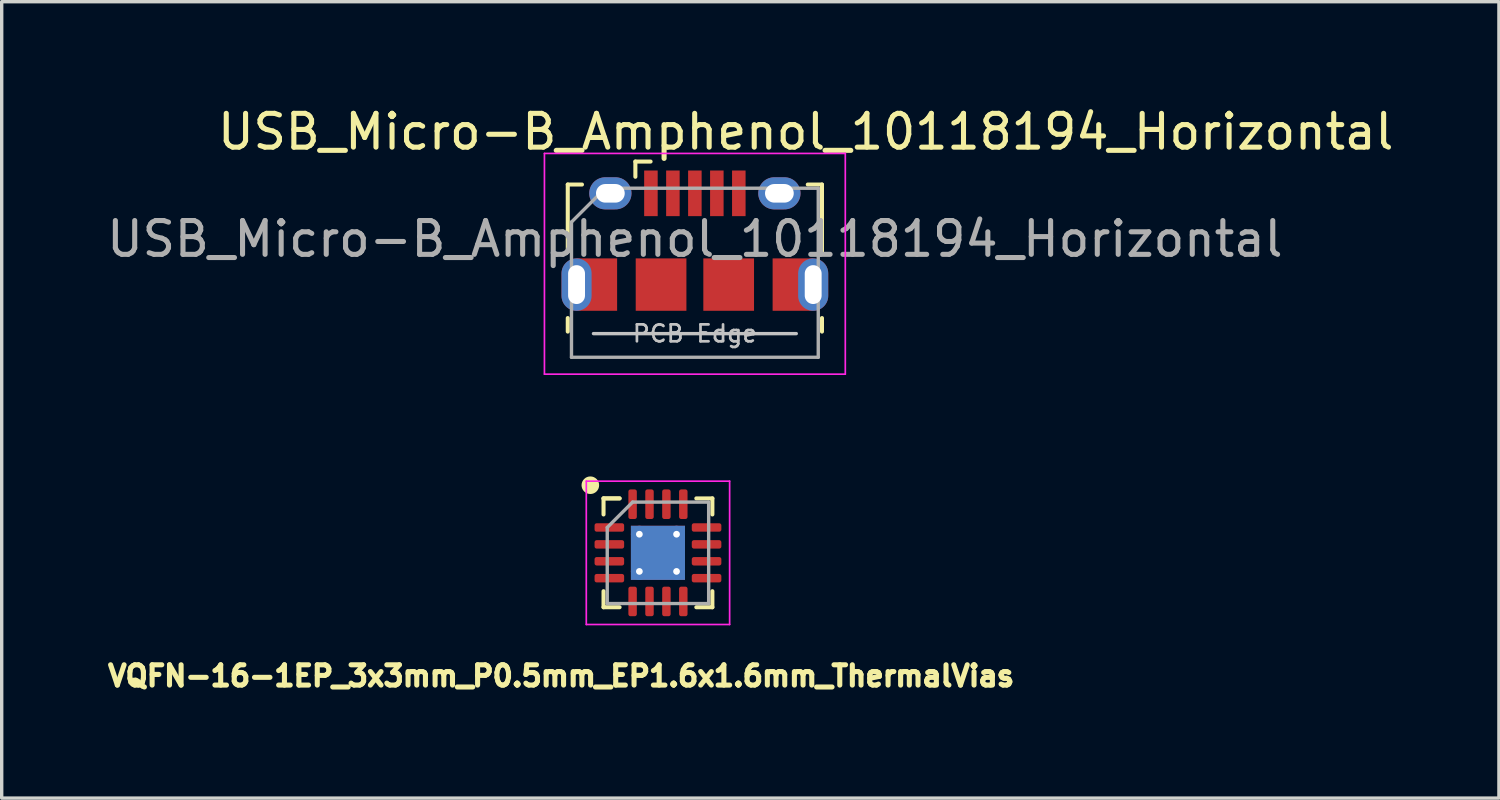
<source format=kicad_pcb>
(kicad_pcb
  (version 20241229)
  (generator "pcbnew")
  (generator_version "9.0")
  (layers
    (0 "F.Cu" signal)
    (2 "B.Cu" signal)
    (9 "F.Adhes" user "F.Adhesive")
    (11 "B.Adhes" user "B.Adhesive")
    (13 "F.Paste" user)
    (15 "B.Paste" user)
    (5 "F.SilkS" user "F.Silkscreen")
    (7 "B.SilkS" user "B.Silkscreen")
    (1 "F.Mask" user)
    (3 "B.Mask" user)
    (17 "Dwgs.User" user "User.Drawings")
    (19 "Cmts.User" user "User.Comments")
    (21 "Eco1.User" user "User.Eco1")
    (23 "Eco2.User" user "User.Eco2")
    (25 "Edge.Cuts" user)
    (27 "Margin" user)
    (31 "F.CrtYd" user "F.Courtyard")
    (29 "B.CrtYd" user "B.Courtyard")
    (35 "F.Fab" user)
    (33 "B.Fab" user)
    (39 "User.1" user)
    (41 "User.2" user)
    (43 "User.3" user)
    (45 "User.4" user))
  (footprint "VQFN-16-1EP_3x3mm_P0.5mm_EP1.6x1.6mm_ThermalVias"
    (layer "F.Cu")
    (at 16.414 13.304)
    (property "Reference" "VQFN-16-1EP_3x3mm_P0.5mm_EP1.6x1.6mm_ThermalVias" (at -2.864 3.642 180) (layer "F.SilkS") (effects (font (size 0.6 0.6) (thickness 0.15))))
    (attr smd)
    (fp_line (start -1.61 -1.61) (end -1.135 -1.61) (stroke (width 0.12) (type solid)) (layer "F.SilkS"))
    (fp_line (start -1.61 -1.135) (end -1.61 -1.61) (stroke (width 0.12) (type solid)) (layer "F.SilkS"))
    (fp_line (start -1.61 1.61) (end -1.61 1.135) (stroke (width 0.12) (type solid)) (layer "F.SilkS"))
    (fp_line (start -1.135 -1.61) (end -1.61 -1.61) (stroke (width 0.12) (type solid)) (layer "F.SilkS"))
    (fp_line (start -1.135 1.61) (end -1.61 1.61) (stroke (width 0.12) (type solid)) (layer "F.SilkS"))
    (fp_line (start 1.135 -1.61) (end 1.61 -1.61) (stroke (width 0.12) (type solid)) (layer "F.SilkS"))
    (fp_line (start 1.135 1.61) (end 1.61 1.61) (stroke (width 0.12) (type solid)) (layer "F.SilkS"))
    (fp_line (start 1.61 -1.61) (end 1.61 -1.135) (stroke (width 0.12) (type solid)) (layer "F.SilkS"))
    (fp_line (start 1.61 1.61) (end 1.61 1.135) (stroke (width 0.12) (type solid)) (layer "F.SilkS"))
    (fp_circle (center -2 -2) (end -1.8 -2) (stroke (width 0.12) (type solid)) (fill yes) (layer "F.SilkS"))
    (fp_line (start -2.12 -2.12) (end -2.12 2.12) (stroke (width 0.05) (type solid)) (layer "F.CrtYd"))
    (fp_line (start -2.12 2.12) (end 2.12 2.12) (stroke (width 0.05) (type solid)) (layer "F.CrtYd"))
    (fp_line (start 2.12 -2.12) (end -2.12 -2.12) (stroke (width 0.05) (type solid)) (layer "F.CrtYd"))
    (fp_line (start 2.12 2.12) (end 2.12 -2.12) (stroke (width 0.05) (type solid)) (layer "F.CrtYd"))
    (fp_line (start -1.5 -0.75) (end -0.75 -1.5) (stroke (width 0.1) (type solid)) (layer "F.Fab"))
    (fp_line (start -1.5 1.5) (end -1.5 -0.75) (stroke (width 0.1) (type solid)) (layer "F.Fab"))
    (fp_line (start -0.75 -1.5) (end 1.5 -1.5) (stroke (width 0.1) (type solid)) (layer "F.Fab"))
    (fp_line (start 1.5 -1.5) (end 1.5 1.5) (stroke (width 0.1) (type solid)) (layer "F.Fab"))
    (fp_line (start 1.5 1.5) (end -1.5 1.5) (stroke (width 0.1) (type solid)) (layer "F.Fab"))
    (pad "" smd roundrect (at -0.4 -0.4) (size 0.69 0.69) (layers "F.Paste") (roundrect_rratio 0.25))
    (pad "" smd roundrect (at -0.4 0.4) (size 0.69 0.69) (layers "F.Paste") (roundrect_rratio 0.25))
    (pad "" smd roundrect (at 0.4 -0.4) (size 0.69 0.69) (layers "F.Paste") (roundrect_rratio 0.25))
    (pad "" smd roundrect (at 0.4 0.4) (size 0.69 0.69) (layers "F.Paste") (roundrect_rratio 0.25))
    (pad "1" smd roundrect (at -1.438 -0.75) (size 0.875 0.25) (layers "F.Cu" "F.Mask" "F.Paste") (roundrect_rratio 0.25))
    (pad "2" smd roundrect (at -1.438 -0.25) (size 0.875 0.25) (layers "F.Cu" "F.Mask" "F.Paste") (roundrect_rratio 0.25))
    (pad "3" smd roundrect (at -1.438 0.25) (size 0.875 0.25) (layers "F.Cu" "F.Mask" "F.Paste") (roundrect_rratio 0.25))
    (pad "4" smd roundrect (at -1.438 0.75) (size 0.875 0.25) (layers "F.Cu" "F.Mask" "F.Paste") (roundrect_rratio 0.25))
    (pad "5" smd roundrect (at -0.75 1.438) (size 0.25 0.875) (layers "F.Cu" "F.Mask" "F.Paste") (roundrect_rratio 0.25))
    (pad "6" smd roundrect (at -0.25 1.438) (size 0.25 0.875) (layers "F.Cu" "F.Mask" "F.Paste") (roundrect_rratio 0.25))
    (pad "7" smd roundrect (at 0.25 1.438) (size 0.25 0.875) (layers "F.Cu" "F.Mask" "F.Paste") (roundrect_rratio 0.25))
    (pad "8" smd roundrect (at 0.75 1.438) (size 0.25 0.875) (layers "F.Cu" "F.Mask" "F.Paste") (roundrect_rratio 0.25))
    (pad "9" smd roundrect (at 1.438 0.75) (size 0.875 0.25) (layers "F.Cu" "F.Mask" "F.Paste") (roundrect_rratio 0.25))
    (pad "10" smd roundrect (at 1.438 0.25) (size 0.875 0.25) (layers "F.Cu" "F.Mask" "F.Paste") (roundrect_rratio 0.25))
    (pad "11" smd roundrect (at 1.438 -0.25) (size 0.875 0.25) (layers "F.Cu" "F.Mask" "F.Paste") (roundrect_rratio 0.25))
    (pad "12" smd roundrect (at 1.438 -0.75) (size 0.875 0.25) (layers "F.Cu" "F.Mask" "F.Paste") (roundrect_rratio 0.25))
    (pad "13" smd roundrect (at 0.75 -1.438) (size 0.25 0.875) (layers "F.Cu" "F.Mask" "F.Paste") (roundrect_rratio 0.25))
    (pad "14" smd roundrect (at 0.25 -1.438) (size 0.25 0.875) (layers "F.Cu" "F.Mask" "F.Paste") (roundrect_rratio 0.25))
    (pad "15" smd roundrect (at -0.25 -1.438) (size 0.25 0.875) (layers "F.Cu" "F.Mask" "F.Paste") (roundrect_rratio 0.25))
    (pad "16" smd roundrect (at -0.75 -1.438) (size 0.25 0.875) (layers "F.Cu" "F.Mask" "F.Paste") (roundrect_rratio 0.25))
    (pad "17" thru_hole circle (at -0.55 -0.55) (size 0.5 0.5) (drill 0.2) (layers "*.Cu"))
    (pad "17" thru_hole circle (at -0.55 0.55) (size 0.5 0.5) (drill 0.2) (layers "*.Cu"))
    (pad "17" smd rect (at 0 0) (size 1.6 1.6) (layers "F.Cu" "F.Mask"))
    (pad "17" smd rect (at 0 0) (size 1.6 1.6) (layers "B.Cu"))
    (pad "17" thru_hole circle (at 0.55 -0.55) (size 0.5 0.5) (drill 0.2) (layers "*.Cu"))
    (pad "17" thru_hole circle (at 0.55 0.55) (size 0.5 0.5) (drill 0.2) (layers "*.Cu")))
  (footprint "USB_Micro-B_Amphenol_10118194_Horizontal"
    (layer "F.Cu")
    (at 17.506 4.069)
    (property "Reference" "USB_Micro-B_Amphenol_10118194_Horizontal" (at 3.28 -3.221 180) (layer "F.SilkS") (effects (font (size 1 1) (thickness 0.15))))
    (attr smd)
    (fp_line (start -3.76 -1.66) (end -3.34 -1.66) (stroke (width 0.12) (type solid)) (layer "F.SilkS"))
    (fp_line (start -3.76 0.32) (end -3.76 -1.66) (stroke (width 0.12) (type solid)) (layer "F.SilkS"))
    (fp_line (start -3.76 2.69) (end -3.76 2.29) (stroke (width 0.12) (type solid)) (layer "F.SilkS"))
    (fp_line (start -1.76 -1.89) (end -1.76 -2.34) (stroke (width 0.12) (type solid)) (layer "F.SilkS"))
    (fp_line (start -1.31 -2.34) (end -1.76 -2.34) (stroke (width 0.12) (type solid)) (layer "F.SilkS"))
    (fp_line (start 3.76 -1.66) (end 3.34 -1.66) (stroke (width 0.12) (type solid)) (layer "F.SilkS"))
    (fp_line (start 3.76 0.32) (end 3.76 -1.66) (stroke (width 0.12) (type solid)) (layer "F.SilkS"))
    (fp_line (start 3.76 2.29) (end 3.76 2.69) (stroke (width 0.12) (type solid)) (layer "F.SilkS"))
    (fp_line (start 3 2.75) (end -3 2.75) (stroke (width 0.1) (type solid)) (layer "Dwgs.User"))
    (fp_line (start -4.45 -2.58) (end -4.45 3.95) (stroke (width 0.05) (type solid)) (layer "F.CrtYd"))
    (fp_line (start -4.45 -2.58) (end 4.45 -2.58) (stroke (width 0.05) (type solid)) (layer "F.CrtYd"))
    (fp_line (start -4.45 3.95) (end 4.45 3.95) (stroke (width 0.05) (type solid)) (layer "F.CrtYd"))
    (fp_line (start 4.45 -2.58) (end 4.45 3.95) (stroke (width 0.05) (type solid)) (layer "F.CrtYd"))
    (fp_line (start -3.65 -0.55) (end -2.65 -1.55) (stroke (width 0.1) (type solid)) (layer "F.Fab"))
    (fp_line (start -3.65 3.45) (end -3.65 -0.55) (stroke (width 0.1) (type solid)) (layer "F.Fab"))
    (fp_line (start -2.65 -1.55) (end 3.65 -1.55) (stroke (width 0.1) (type solid)) (layer "F.Fab"))
    (fp_line (start 3.65 -1.55) (end 3.65 3.45) (stroke (width 0.1) (type solid)) (layer "F.Fab"))
    (fp_line (start 3.65 3.45) (end -3.65 3.45) (stroke (width 0.1) (type solid)) (layer "F.Fab"))
    (fp_text user "PCB Edge" (at 0 2.75 180) (layer "Dwgs.User") (effects (font (size 0.5 0.5) (thickness 0.08))))
    (fp_text user "${REFERENCE}" (at 0 -0.05 180) (layer "F.Fab") (effects (font (size 1 1) (thickness 0.15))))
    (pad "" smd oval (at -3.5 1.3) (size 0.89 1.55) (layers "F.Paste"))
    (pad "" smd oval (at -2.5 -1.4) (size 1.25 0.95) (layers "F.Paste"))
    (pad "" smd oval (at 2.5 -1.4) (size 1.25 0.95) (layers "F.Paste"))
    (pad "" smd oval (at 3.5 1.3) (size 0.89 1.55) (layers "F.Paste"))
    (pad "1" smd rect (at -1.3 -1.4) (size 0.4 1.35) (layers "F.Cu" "F.Mask" "F.Paste"))
    (pad "2" smd rect (at -0.65 -1.4) (size 0.4 1.35) (layers "F.Cu" "F.Mask" "F.Paste"))
    (pad "3" smd rect (at 0 -1.4) (size 0.4 1.35) (layers "F.Cu" "F.Mask" "F.Paste"))
    (pad "4" smd rect (at 0.65 -1.4) (size 0.4 1.35) (layers "F.Cu" "F.Mask" "F.Paste"))
    (pad "5" smd rect (at 1.3 -1.4) (size 0.4 1.35) (layers "F.Cu" "F.Mask" "F.Paste"))
    (pad "6" thru_hole oval (at -3.5 1.3) (size 0.89 1.55) (drill oval 0.5 1.15) (layers "*.Cu" "*.Mask"))
    (pad "6" smd rect (at -2.9 1.3) (size 1.2 1.55) (layers "F.Cu" "F.Mask" "F.Paste"))
    (pad "6" thru_hole oval (at -2.5 -1.4) (size 1.25 0.95) (drill oval 0.85 0.55) (layers "*.Cu" "*.Mask"))
    (pad "6" smd rect (at -1 1.3) (size 1.5 1.55) (layers "F.Cu" "F.Mask" "F.Paste"))
    (pad "6" smd rect (at 1 1.3) (size 1.5 1.55) (layers "F.Cu" "F.Mask" "F.Paste"))
    (pad "6" thru_hole oval (at 2.5 -1.4) (size 1.25 0.95) (drill oval 0.85 0.55) (layers "*.Cu" "*.Mask"))
    (pad "6" smd rect (at 2.9 1.3) (size 1.2 1.55) (layers "F.Cu" "F.Mask" "F.Paste"))
    (pad "6" thru_hole oval (at 3.5 1.3) (size 0.89 1.55) (drill oval 0.5 1.15) (layers "*.Cu" "*.Mask")))
  (gr_rect
    (start -3 -3)
    (end 41.292 20.56)
    (stroke (width 0.1) (type default))
    (fill no)
    (layer "Edge.Cuts")))
</source>
